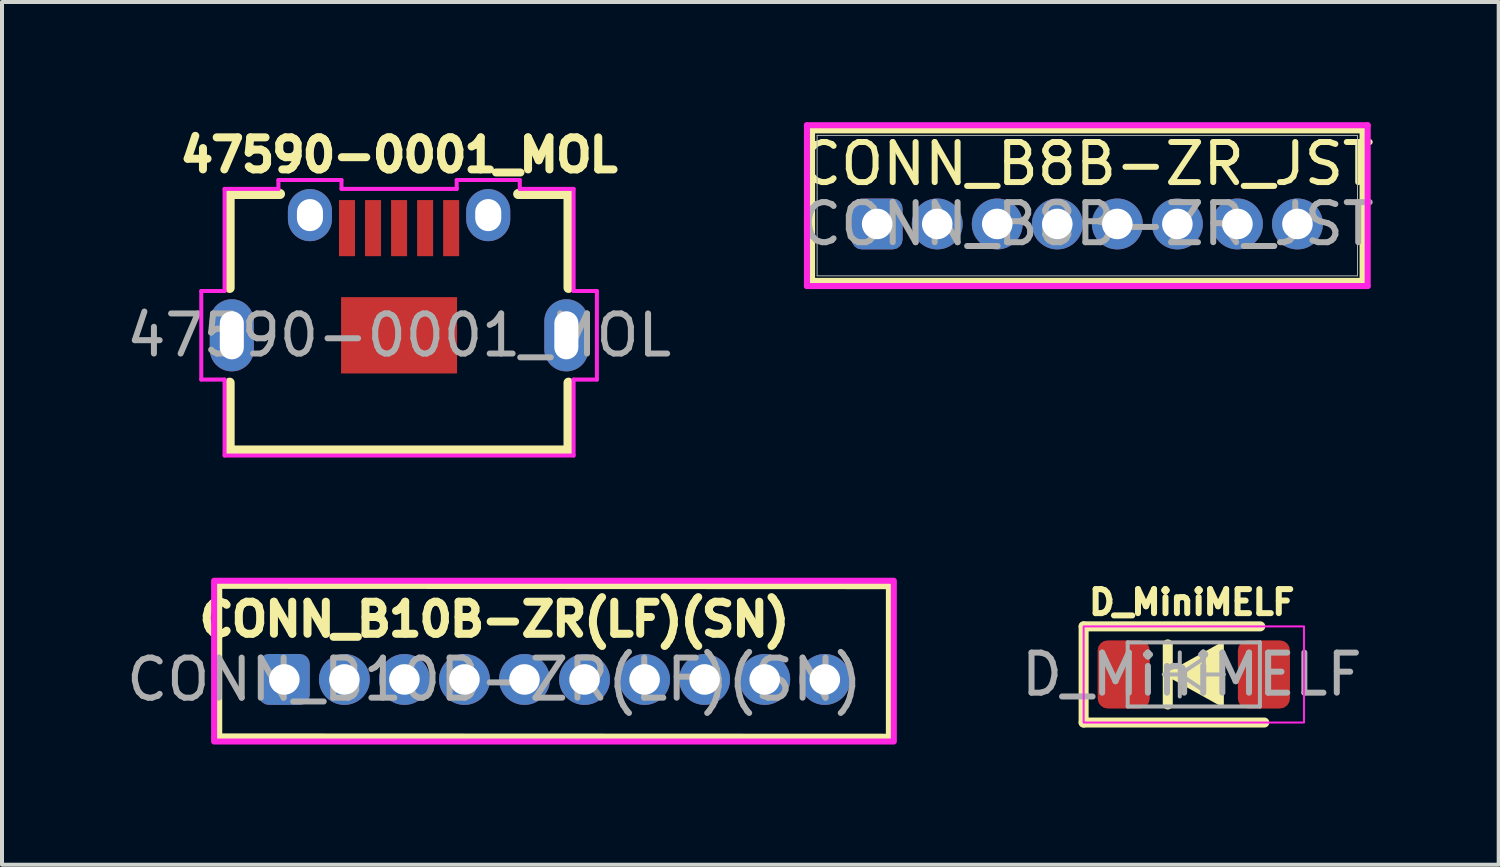
<source format=kicad_pcb>
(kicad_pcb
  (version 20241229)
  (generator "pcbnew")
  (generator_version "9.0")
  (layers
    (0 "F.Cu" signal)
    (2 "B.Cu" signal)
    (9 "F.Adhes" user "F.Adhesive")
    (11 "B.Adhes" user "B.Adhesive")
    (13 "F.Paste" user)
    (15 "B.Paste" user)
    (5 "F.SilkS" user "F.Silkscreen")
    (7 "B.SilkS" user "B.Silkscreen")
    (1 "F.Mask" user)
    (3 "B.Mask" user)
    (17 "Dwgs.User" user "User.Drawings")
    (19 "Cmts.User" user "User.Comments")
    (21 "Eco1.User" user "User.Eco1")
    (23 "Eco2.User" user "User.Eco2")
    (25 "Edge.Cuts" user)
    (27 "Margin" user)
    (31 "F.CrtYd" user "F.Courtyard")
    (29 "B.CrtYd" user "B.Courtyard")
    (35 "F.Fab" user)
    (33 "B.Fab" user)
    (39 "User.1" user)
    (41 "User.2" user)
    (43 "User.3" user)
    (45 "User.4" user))
  (footprint "CONN_B10B-ZR(LF)(SN)"
    (layer "F.Cu")
    (at 4.047 13.909)
    (property "Reference" "CONN_B10B-ZR(LF)(SN)" (at 5.245 -1.5 0) (unlocked yes) (layer "F.SilkS") (effects (font (size 0.8 0.8) (thickness 0.2) (bold yes))))
    (attr through_hole)
    (fp_line (start -1.626 -2.337) (end -1.626 1.422) (stroke (width 0.152) (type solid)) (layer "F.SilkS"))
    (fp_line (start -1.626 1.422) (end 15.09 1.43) (stroke (width 0.152) (type solid)) (layer "F.SilkS"))
    (fp_line (start 15.09 -2.329) (end -1.626 -2.337) (stroke (width 0.152) (type solid)) (layer "F.SilkS"))
    (fp_line (start 15.09 1.43) (end 15.09 -2.329) (stroke (width 0.152) (type solid)) (layer "F.SilkS"))
    (fp_rect (start -1.753 -2.464) (end 15.213 1.549) (stroke (width 0.15) (type default)) (fill no) (layer "F.CrtYd"))
    (fp_text user "${REFERENCE}" (at 5.245 0 0) (unlocked yes) (layer "F.Fab") (effects (font (size 1 1) (thickness 0.15))))
    (pad "1" thru_hole roundrect (at 0 0) (size 1.27 1.27) (drill 0.762) (layers "*.Cu" "*.Mask") (roundrect_rratio 0.197))
    (pad "2" thru_hole circle (at 1.499 0) (size 1.27 1.27) (drill 0.762) (layers "*.Cu" "*.Mask"))
    (pad "3" thru_hole circle (at 2.997 0) (size 1.27 1.27) (drill 0.762) (layers "*.Cu" "*.Mask"))
    (pad "4" thru_hole circle (at 4.496 0) (size 1.27 1.27) (drill 0.762) (layers "*.Cu" "*.Mask"))
    (pad "5" thru_hole circle (at 5.994 0) (size 1.27 1.27) (drill 0.762) (layers "*.Cu" "*.Mask"))
    (pad "6" thru_hole circle (at 7.493 0) (size 1.27 1.27) (drill 0.762) (layers "*.Cu" "*.Mask"))
    (pad "7" thru_hole circle (at 8.992 0) (size 1.27 1.27) (drill 0.762) (layers "*.Cu" "*.Mask"))
    (pad "8" thru_hole circle (at 10.49 0) (size 1.27 1.27) (drill 0.762) (layers "*.Cu" "*.Mask"))
    (pad "9" thru_hole circle (at 11.99 0) (size 1.27 1.27) (drill 0.762) (layers "*.Cu" "*.Mask"))
    (pad "10" thru_hole circle (at 13.49 0) (size 1.27 1.27) (drill 0.762) (layers "*.Cu" "*.Mask")))
  (footprint "D_MiniMELF"
    (layer "F.Cu")
    (at 26.697 13.784)
    (property "Reference" "D_MiniMELF" (at 0 -1.8 0) (unlocked yes) (layer "F.SilkS") (effects (font (size 0.6 0.6) (thickness 0.15) (bold yes))))
    (attr smd)
    (fp_line (start -2.7 -1.2) (end -2.7 1.2) (stroke (width 0.25) (type solid)) (layer "F.SilkS"))
    (fp_line (start -2.7 1.2) (end 1.81 1.2) (stroke (width 0.25) (type solid)) (layer "F.SilkS"))
    (fp_line (start -0.6 -0.75) (end -0.6 0.75) (stroke (width 0.25) (type default)) (layer "F.SilkS"))
    (fp_line (start 1.71 -1.2) (end -2.7 -1.2) (stroke (width 0.25) (type solid)) (layer "F.SilkS"))
    (fp_poly (pts (xy -0.6 0) (xy 0.75 -0.75) (xy 0.75 0.75)) (stroke (width 0.1) (type solid)) (fill yes) (layer "F.SilkS"))
    (fp_rect (start -2.7 -1.2) (end 2.8 1.2) (stroke (width 0.05) (type default)) (fill no) (layer "F.CrtYd"))
    (fp_line (start -1.6 -0.8) (end 1.7 -0.8) (stroke (width 0.1) (type solid)) (layer "F.Fab"))
    (fp_line (start -1.6 0.8) (end -1.6 -0.8) (stroke (width 0.1) (type solid)) (layer "F.Fab"))
    (fp_line (start -0.7 0) (end -0.3 0) (stroke (width 0.1) (type solid)) (layer "F.Fab"))
    (fp_line (start -0.3 0) (end -0.3 -0.55) (stroke (width 0.1) (type solid)) (layer "F.Fab"))
    (fp_line (start -0.3 0) (end -0.3 0.55) (stroke (width 0.1) (type solid)) (layer "F.Fab"))
    (fp_line (start -0.3 0) (end 0.3 -0.4) (stroke (width 0.1) (type solid)) (layer "F.Fab"))
    (fp_line (start 0.3 -0.4) (end 0.3 0.4) (stroke (width 0.1) (type solid)) (layer "F.Fab"))
    (fp_line (start 0.3 0) (end 0.8 0) (stroke (width 0.1) (type solid)) (layer "F.Fab"))
    (fp_line (start 0.3 0.4) (end -0.3 0) (stroke (width 0.1) (type solid)) (layer "F.Fab"))
    (fp_line (start 1.7 -0.8) (end 1.7 0.8) (stroke (width 0.1) (type solid)) (layer "F.Fab"))
    (fp_line (start 1.7 0.8) (end -1.6 0.8) (stroke (width 0.1) (type solid)) (layer "F.Fab"))
    (fp_text user "${REFERENCE}" (at 0 0 0) (unlocked yes) (layer "F.Fab") (effects (font (size 1 1) (thickness 0.15))))
    (pad "1" smd roundrect (at -1.7 0) (size 1.3 1.7) (layers "F.Cu" "F.Mask" "F.Paste") (roundrect_rratio 0.192))
    (pad "2" smd roundrect (at 1.8 0) (size 1.3 1.7) (layers "F.Cu" "F.Mask" "F.Paste") (roundrect_rratio 0.192)))
  (footprint "CONN_B8B-ZR_JST"
    (layer "F.Cu")
    (at 18.844 2.54)
    (property "Reference" "CONN_B8B-ZR_JST" (at 5.245 -1.5 0) (unlocked yes) (layer "F.SilkS") (effects (font (size 1 1) (thickness 0.15))))
    (attr through_hole)
    (fp_line (start -1.626 -2.337) (end -1.626 1.422) (stroke (width 0.152) (type solid)) (layer "F.SilkS"))
    (fp_line (start -1.626 1.422) (end 12.116 1.422) (stroke (width 0.152) (type solid)) (layer "F.SilkS"))
    (fp_line (start 12.116 -2.337) (end -1.626 -2.337) (stroke (width 0.152) (type solid)) (layer "F.SilkS"))
    (fp_line (start 12.116 1.422) (end 12.116 -2.337) (stroke (width 0.152) (type solid)) (layer "F.SilkS"))
    (fp_line (start -1.753 -2.464) (end -1.753 1.549) (stroke (width 0.152) (type solid)) (layer "F.CrtYd"))
    (fp_line (start -1.753 1.549) (end 12.243 1.549) (stroke (width 0.152) (type solid)) (layer "F.CrtYd"))
    (fp_line (start 12.243 -2.464) (end -1.753 -2.464) (stroke (width 0.152) (type solid)) (layer "F.CrtYd"))
    (fp_line (start 12.243 1.549) (end 12.243 -2.464) (stroke (width 0.152) (type solid)) (layer "F.CrtYd"))
    (fp_line (start -1.499 -2.21) (end -1.499 1.295) (stroke (width 0.025) (type solid)) (layer "F.Fab"))
    (fp_line (start -1.499 1.295) (end 11.989 1.295) (stroke (width 0.025) (type solid)) (layer "F.Fab"))
    (fp_line (start 11.989 -2.21) (end -1.499 -2.21) (stroke (width 0.025) (type solid)) (layer "F.Fab"))
    (fp_line (start 11.989 1.295) (end 11.989 -2.21) (stroke (width 0.025) (type solid)) (layer "F.Fab"))
    (fp_text user "${REFERENCE}" (at 5.245 0 0) (unlocked yes) (layer "F.Fab") (effects (font (size 1 1) (thickness 0.15))))
    (pad "1" thru_hole roundrect (at 0 0) (size 1.27 1.27) (drill 0.762) (layers "*.Cu" "*.Mask") (roundrect_rratio 0.197))
    (pad "2" thru_hole circle (at 1.499 0) (size 1.27 1.27) (drill 0.762) (layers "*.Cu" "*.Mask"))
    (pad "3" thru_hole circle (at 2.997 0) (size 1.27 1.27) (drill 0.762) (layers "*.Cu" "*.Mask"))
    (pad "4" thru_hole circle (at 4.496 0) (size 1.27 1.27) (drill 0.762) (layers "*.Cu" "*.Mask"))
    (pad "5" thru_hole circle (at 5.994 0) (size 1.27 1.27) (drill 0.762) (layers "*.Cu" "*.Mask"))
    (pad "6" thru_hole circle (at 7.493 0) (size 1.27 1.27) (drill 0.762) (layers "*.Cu" "*.Mask"))
    (pad "7" thru_hole circle (at 8.992 0) (size 1.27 1.27) (drill 0.762) (layers "*.Cu" "*.Mask"))
    (pad "8" thru_hole circle (at 10.49 0) (size 1.27 1.27) (drill 0.762) (layers "*.Cu" "*.Mask")))
  (footprint "47590-0001_MOL"
    (layer "F.Cu")
    (at 6.911 5.319)
    (property "Reference" "47590-0001_MOL" (at 0 -4.5 0) (unlocked yes) (layer "F.SilkS") (effects (font (size 0.8 0.8) (thickness 0.2) (bold yes))))
    (attr smd)
    (fp_line (start -4.229 -3.527) (end -2.972 -3.527) (stroke (width 0.25) (type solid)) (layer "F.SilkS"))
    (fp_line (start -4.229 -1.182) (end -4.229 -3.527) (stroke (width 0.25) (type solid)) (layer "F.SilkS"))
    (fp_line (start -4.229 2.874) (end -4.229 1.182) (stroke (width 0.25) (type solid)) (layer "F.SilkS"))
    (fp_line (start 2.972 -3.527) (end 4.229 -3.527) (stroke (width 0.25) (type solid)) (layer "F.SilkS"))
    (fp_line (start 4.229 -3.527) (end 4.229 -1.182) (stroke (width 0.25) (type solid)) (layer "F.SilkS"))
    (fp_line (start 4.229 1.182) (end 4.229 2.874) (stroke (width 0.25) (type solid)) (layer "F.SilkS"))
    (fp_line (start 4.229 2.874) (end -4.229 2.874) (stroke (width 0.25) (type solid)) (layer "F.SilkS"))
    (fp_line (start -4.937 -1.105) (end -4.937 1.105) (stroke (width 0.1) (type solid)) (layer "F.CrtYd"))
    (fp_line (start -4.937 1.105) (end -4.356 1.105) (stroke (width 0.1) (type solid)) (layer "F.CrtYd"))
    (fp_line (start -4.356 -3.654) (end -4.356 -1.105) (stroke (width 0.1) (type solid)) (layer "F.CrtYd"))
    (fp_line (start -4.356 -1.105) (end -4.937 -1.105) (stroke (width 0.1) (type solid)) (layer "F.CrtYd"))
    (fp_line (start -4.356 1.105) (end -4.356 3.001) (stroke (width 0.1) (type solid)) (layer "F.CrtYd"))
    (fp_line (start -4.356 3.001) (end 4.356 3.001) (stroke (width 0.1) (type solid)) (layer "F.CrtYd"))
    (fp_line (start -3.012 -3.876) (end -3.012 -3.654) (stroke (width 0.1) (type solid)) (layer "F.CrtYd"))
    (fp_line (start -3.012 -3.654) (end -4.356 -3.654) (stroke (width 0.1) (type solid)) (layer "F.CrtYd"))
    (fp_line (start -1.438 -3.876) (end -3.012 -3.876) (stroke (width 0.1) (type solid)) (layer "F.CrtYd"))
    (fp_line (start -1.438 -3.654) (end -1.438 -3.876) (stroke (width 0.1) (type solid)) (layer "F.CrtYd"))
    (fp_line (start 1.438 -3.876) (end 1.438 -3.654) (stroke (width 0.1) (type solid)) (layer "F.CrtYd"))
    (fp_line (start 1.438 -3.654) (end -1.438 -3.654) (stroke (width 0.1) (type solid)) (layer "F.CrtYd"))
    (fp_line (start 3.012 -3.876) (end 1.438 -3.876) (stroke (width 0.1) (type solid)) (layer "F.CrtYd"))
    (fp_line (start 3.012 -3.654) (end 3.012 -3.876) (stroke (width 0.1) (type solid)) (layer "F.CrtYd"))
    (fp_line (start 4.356 -3.654) (end 3.012 -3.654) (stroke (width 0.1) (type solid)) (layer "F.CrtYd"))
    (fp_line (start 4.356 -1.105) (end 4.356 -3.654) (stroke (width 0.1) (type solid)) (layer "F.CrtYd"))
    (fp_line (start 4.356 1.105) (end 4.937 1.105) (stroke (width 0.1) (type solid)) (layer "F.CrtYd"))
    (fp_line (start 4.356 3.001) (end 4.356 1.105) (stroke (width 0.1) (type solid)) (layer "F.CrtYd"))
    (fp_line (start 4.937 -1.105) (end 4.356 -1.105) (stroke (width 0.1) (type solid)) (layer "F.CrtYd"))
    (fp_line (start 4.937 1.105) (end 4.937 -1.105) (stroke (width 0.1) (type solid)) (layer "F.CrtYd"))
    (fp_text user "${REFERENCE}" (at 0 0 0) (unlocked yes) (layer "F.Fab") (effects (font (size 1 1) (thickness 0.15))))
    (pad "1" smd rect (at -1.3 -2.675 90) (size 1.4 0.4) (layers "F.Cu" "F.Mask" "F.Paste"))
    (pad "2" smd rect (at -0.65 -2.675 90) (size 1.4 0.4) (layers "F.Cu" "F.Mask" "F.Paste"))
    (pad "3" smd rect (at 0 -2.675 90) (size 1.4 0.4) (layers "F.Cu" "F.Mask" "F.Paste"))
    (pad "4" smd rect (at 0.65 -2.675 90) (size 1.4 0.4) (layers "F.Cu" "F.Mask" "F.Paste"))
    (pad "5" smd rect (at 1.3 -2.675 90) (size 1.4 0.4) (layers "F.Cu" "F.Mask" "F.Paste"))
    (pad "6" thru_hole oval (at -4.175 0 90) (size 1.8 1.1) (drill oval 1.2 0.6) (layers "*.Cu" "*.Mask"))
    (pad "6" thru_hole oval (at -2.225 -3 90) (size 1.3 1.1) (drill oval 0.8 0.65) (layers "*.Cu" "*.Mask"))
    (pad "6" smd rect (at 0 0) (size 2.896 1.905) (layers "F.Cu" "F.Mask" "F.Paste"))
    (pad "6" thru_hole oval (at 2.225 -3 90) (size 1.3 1.1) (drill oval 0.8 0.65) (layers "*.Cu" "*.Mask"))
    (pad "6" thru_hole oval (at 4.175 0 90) (size 1.8 1.1) (drill oval 1.2 0.6) (layers "*.Cu" "*.Mask")))
  (gr_rect
    (start -3 -3)
    (end 34.357 18.533)
    (stroke (width 0.1) (type default))
    (fill no)
    (layer "Edge.Cuts")))
</source>
